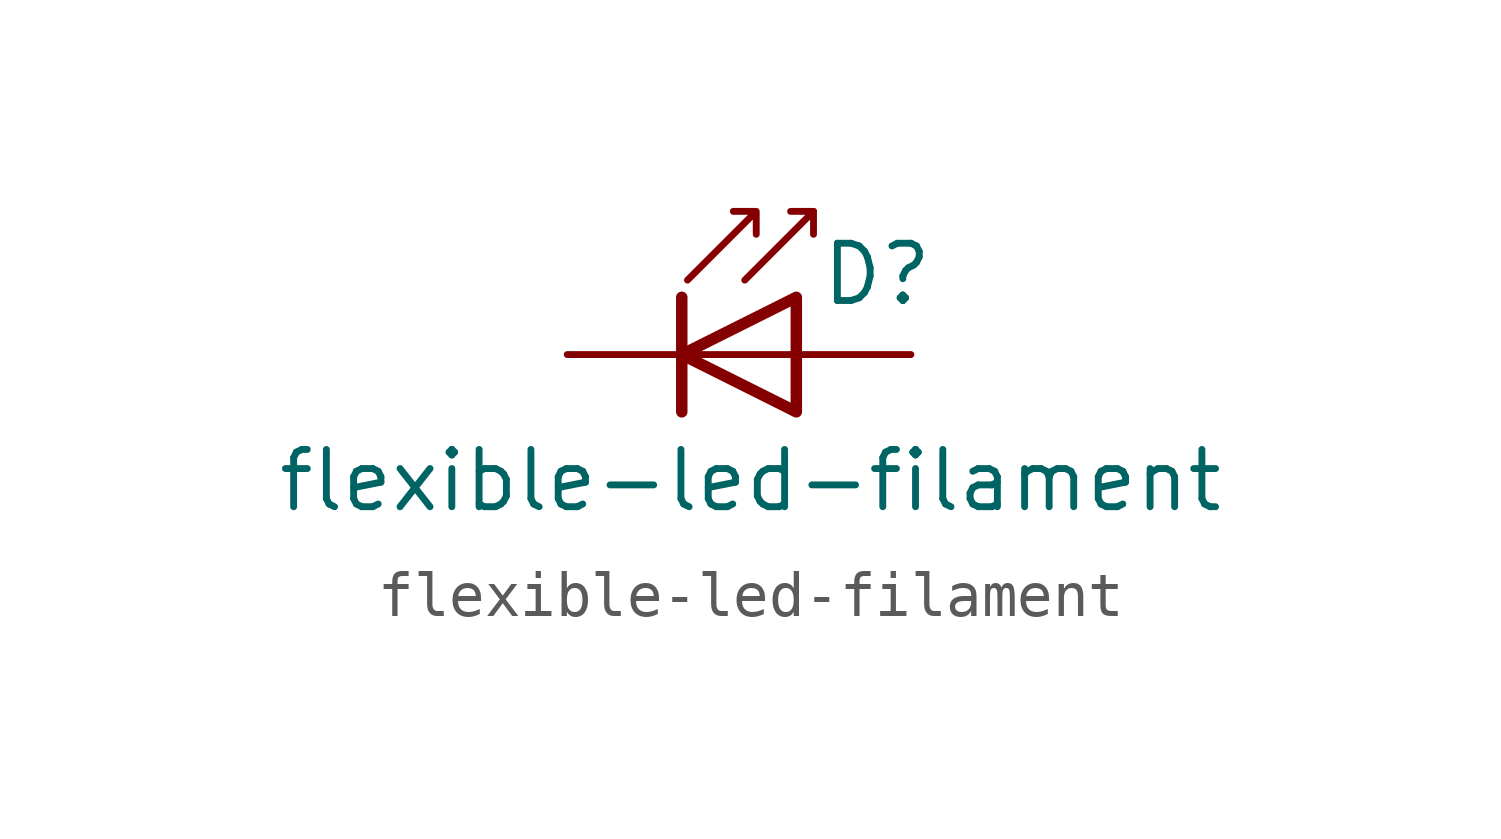
<source format=kicad_sym>
(kicad_symbol_lib
  (version 20211014)
  (generator kicad_symbol_editor)
  (symbol "flexible-led-filament"
    (pin_numbers hide)
    (pin_names
      (offset 1.016) hide)
    (property "Reference" "D"
      (at 0.508 1.778 0)
      (effects (font (size 1.27 1.27)) (justify left)))
    (property "Value" "flexible-led-filament"
      (at -1.016 -2.794 0)
      (effects (font (size 1.27 1.27))))
    (symbol "flexible-led-filament_0_1"
      (polyline (pts (xy -2.54 1.27) (xy -2.54 -1.27)) (stroke (width 0.254) (type default) (color 0 0 0 0)) (fill (type none)))
      (polyline (pts (xy 0 0) (xy -2.54 0)) (stroke (width 0) (type default) (color 0 0 0 0)) (fill (type none)))
      (polyline (pts (xy 0.381 3.175) (xy -0.127 3.175)) (stroke (width 0) (type default) (color 0 0 0 0)) (fill (type none)))
      (polyline (pts (xy -1.143 1.651) (xy 0.381 3.175) (xy 0.381 2.667)) (stroke (width 0) (type default) (color 0 0 0 0)) (fill (type none)))
      (polyline (pts (xy 0 1.27) (xy -2.54 0) (xy 0 -1.27) (xy 0 1.27)) (stroke (width 0.254) (type default) (color 0 0 0 0)) (fill (type none)))
      (polyline (pts (xy -2.413 1.651) (xy -0.889 3.175) (xy -0.889 2.667) (xy -0.889 3.175) (xy -1.397 3.175)) (stroke (width 0) (type default) (color 0 0 0 0)) (fill (type none))))
    (symbol "flexible-led-filament_1_1"
      (pin passive line (at -5.08 0 0) (length 2.54) (name "K" (effects (font (size 1.27 1.27)))) (number "1" (effects (font (size 1.27 1.27)))))
      (pin passive line (at 2.54 0 180) (length 2.54) (name "A" (effects (font (size 1.27 1.27)))) (number "2" (effects (font (size 1.27 1.27))))))))
</source>
